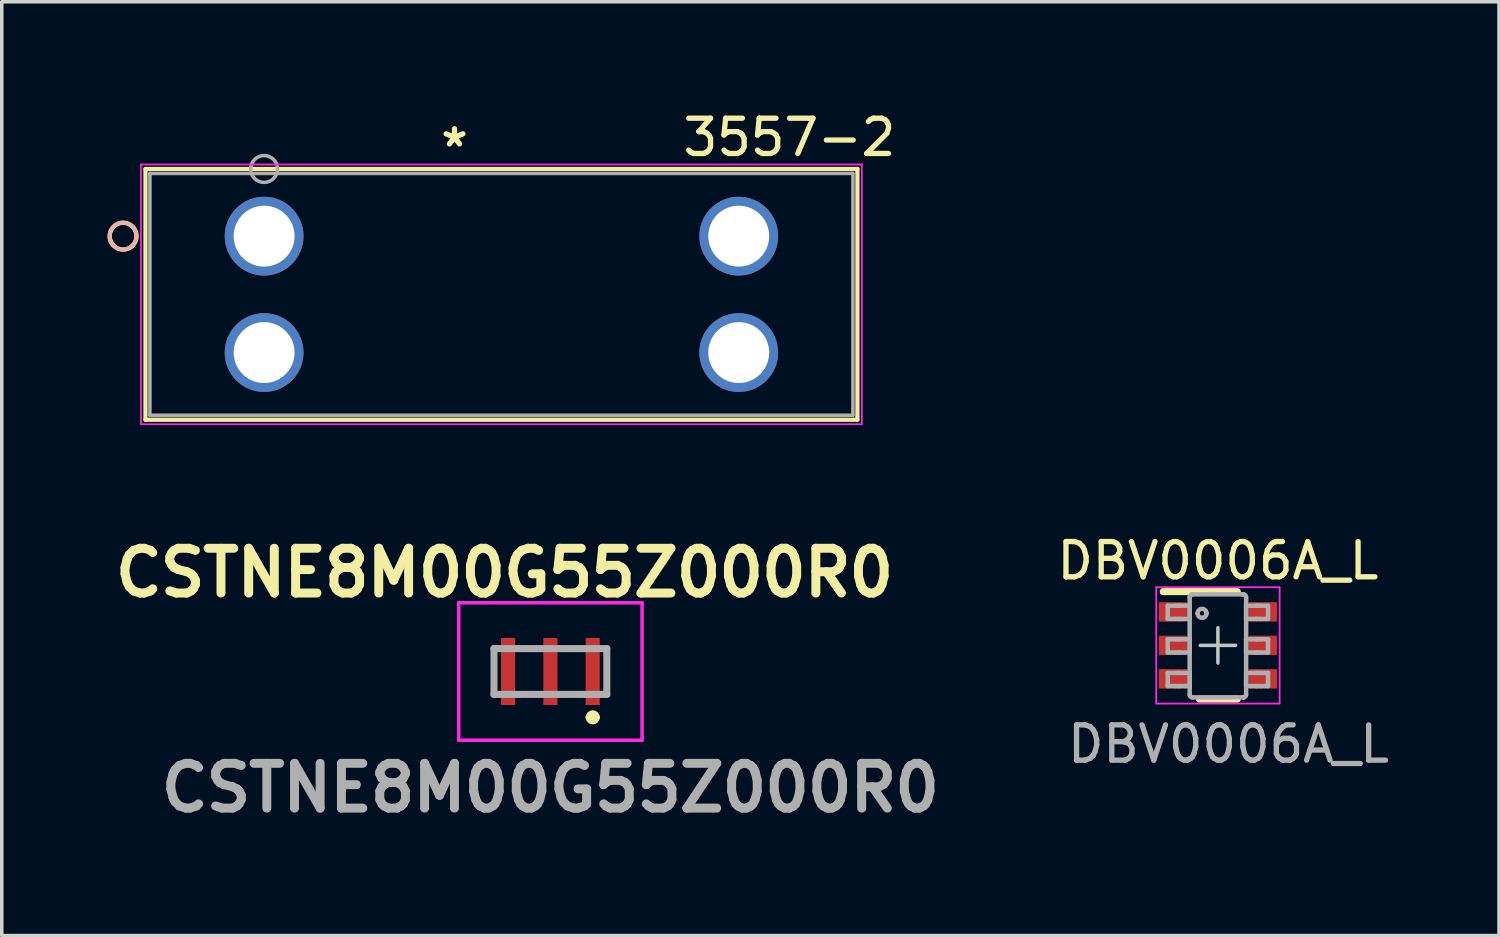
<source format=kicad_pcb>
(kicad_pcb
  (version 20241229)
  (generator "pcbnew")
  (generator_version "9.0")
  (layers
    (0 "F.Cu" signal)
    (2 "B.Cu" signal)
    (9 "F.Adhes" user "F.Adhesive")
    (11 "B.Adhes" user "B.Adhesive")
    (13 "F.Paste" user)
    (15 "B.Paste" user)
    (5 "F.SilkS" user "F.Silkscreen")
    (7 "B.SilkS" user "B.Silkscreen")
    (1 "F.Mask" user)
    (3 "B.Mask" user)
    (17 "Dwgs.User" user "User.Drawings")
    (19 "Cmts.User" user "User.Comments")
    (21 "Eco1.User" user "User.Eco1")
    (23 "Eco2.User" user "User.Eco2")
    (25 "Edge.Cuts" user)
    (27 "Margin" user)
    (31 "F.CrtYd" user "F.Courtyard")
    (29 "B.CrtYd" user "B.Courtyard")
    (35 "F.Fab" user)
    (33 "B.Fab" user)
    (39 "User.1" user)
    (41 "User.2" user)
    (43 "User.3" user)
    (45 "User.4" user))
  (footprint "3557-2"
    (layer "F.Cu")
    (at 4.441 3.648)
    (property "Reference" "3557-2" (at 14.9 -2.8 0) (layer "F.SilkS") (effects (font (size 1 1) (thickness 0.15))))
    (attr through_hole)
    (fp_line (start -3.365 -1.905) (end -3.365 5.207) (stroke (width 0.12) (type solid)) (layer "F.SilkS"))
    (fp_line (start -3.365 5.207) (end 16.828 5.207) (stroke (width 0.12) (type solid)) (layer "F.SilkS"))
    (fp_line (start 16.828 -1.905) (end -3.365 -1.905) (stroke (width 0.12) (type solid)) (layer "F.SilkS"))
    (fp_line (start 16.828 5.207) (end 16.828 -1.905) (stroke (width 0.12) (type solid)) (layer "F.SilkS"))
    (fp_circle (center -4 0) (end -3.619 0) (stroke (width 0.12) (type solid)) (fill no) (layer "F.SilkS"))
    (fp_circle (center -4 0) (end -3.619 0) (stroke (width 0.12) (type solid)) (fill no) (layer "B.SilkS"))
    (fp_line (start -3.493 -2.032) (end -3.493 5.334) (stroke (width 0.05) (type solid)) (layer "F.CrtYd"))
    (fp_line (start -3.493 5.334) (end 16.954 5.334) (stroke (width 0.05) (type solid)) (layer "F.CrtYd"))
    (fp_line (start 16.954 -2.032) (end -3.493 -2.032) (stroke (width 0.05) (type solid)) (layer "F.CrtYd"))
    (fp_line (start 16.954 5.334) (end 16.954 -2.032) (stroke (width 0.05) (type solid)) (layer "F.CrtYd"))
    (fp_line (start -3.239 -1.778) (end -3.239 5.08) (stroke (width 0.1) (type solid)) (layer "F.Fab"))
    (fp_line (start -3.239 5.08) (end 16.701 5.08) (stroke (width 0.1) (type solid)) (layer "F.Fab"))
    (fp_line (start 16.701 -1.778) (end -3.239 -1.778) (stroke (width 0.1) (type solid)) (layer "F.Fab"))
    (fp_line (start 16.701 5.08) (end 16.701 -1.778) (stroke (width 0.1) (type solid)) (layer "F.Fab"))
    (fp_circle (center 0 -1.905) (end 0.381 -1.905) (stroke (width 0.1) (type solid)) (fill no) (layer "F.Fab"))
    (fp_text user "*" (at 5.4 -2.5 0) (layer "F.SilkS") (effects (font (size 1 1) (thickness 0.15))))
    (fp_text user "*" (at 0 0 0) (layer "F.Fab") (effects (font (size 1 1) (thickness 0.15))))
    (pad "1" thru_hole circle (at 0 0) (size 2.235 2.235) (drill 1.727) (layers "*.Cu" "*.Mask"))
    (pad "2" thru_hole circle (at 0 3.302) (size 2.235 2.235) (drill 1.727) (layers "*.Cu" "*.Mask"))
    (pad "3" thru_hole circle (at 13.462 0) (size 2.235 2.235) (drill 1.727) (layers "*.Cu" "*.Mask"))
    (pad "4" thru_hole circle (at 13.462 3.302) (size 2.235 2.235) (drill 1.727) (layers "*.Cu" "*.Mask")))
  (footprint "DBV0006A_L"
    (layer "F.Cu")
    (at 31.494 15.255)
    (property "Reference" "DBV0006A_L" (at 0 -2.4 0) (unlocked yes) (layer "F.SilkS") (effects (font (size 1 1) (thickness 0.15))))
    (attr smd)
    (fp_line (start -1.55 -1.525) (end 0.55 -1.525) (stroke (width 0.2) (type solid)) (layer "F.SilkS"))
    (fp_line (start -0.525 1.525) (end 0.55 1.525) (stroke (width 0.2) (type solid)) (layer "F.SilkS"))
    (fp_line (start -0.5 0) (end 0.5 0) (stroke (width 0.1) (type solid)) (layer "Dwgs.User"))
    (fp_line (start 0 0.5) (end 0 -0.5) (stroke (width 0.1) (type solid)) (layer "Dwgs.User"))
    (fp_line (start -1.75 -1.65) (end 1.75 -1.65) (stroke (width 0.05) (type solid)) (layer "F.CrtYd"))
    (fp_line (start -1.75 1.65) (end -1.75 -1.65) (stroke (width 0.05) (type solid)) (layer "F.CrtYd"))
    (fp_line (start -1.75 1.65) (end 1.75 1.65) (stroke (width 0.05) (type solid)) (layer "F.CrtYd"))
    (fp_line (start 1.75 1.65) (end 1.75 -1.65) (stroke (width 0.05) (type solid)) (layer "F.CrtYd"))
    (fp_line (start -1.423 -1.125) (end -1.206 -1.125) (stroke (width 0.127) (type solid)) (layer "F.Fab"))
    (fp_line (start -1.423 -0.751) (end -1.423 -1.125) (stroke (width 0.127) (type solid)) (layer "F.Fab"))
    (fp_line (start -1.423 -0.751) (end -1.206 -0.751) (stroke (width 0.127) (type solid)) (layer "F.Fab"))
    (fp_line (start -1.423 -0.173) (end -1.206 -0.173) (stroke (width 0.127) (type solid)) (layer "F.Fab"))
    (fp_line (start -1.423 0.202) (end -1.423 -0.173) (stroke (width 0.127) (type solid)) (layer "F.Fab"))
    (fp_line (start -1.423 0.202) (end -1.206 0.202) (stroke (width 0.127) (type solid)) (layer "F.Fab"))
    (fp_line (start -1.423 0.78) (end -1.206 0.78) (stroke (width 0.127) (type solid)) (layer "F.Fab"))
    (fp_line (start -1.423 1.154) (end -1.423 0.78) (stroke (width 0.127) (type solid)) (layer "F.Fab"))
    (fp_line (start -1.423 1.154) (end -1.206 1.154) (stroke (width 0.127) (type solid)) (layer "F.Fab"))
    (fp_line (start -1.206 -1.125) (end -1.113 -1.125) (stroke (width 0.127) (type solid)) (layer "F.Fab"))
    (fp_line (start -1.206 -0.751) (end -1.113 -0.751) (stroke (width 0.127) (type solid)) (layer "F.Fab"))
    (fp_line (start -1.206 -0.173) (end -1.113 -0.173) (stroke (width 0.127) (type solid)) (layer "F.Fab"))
    (fp_line (start -1.206 0.202) (end -1.113 0.202) (stroke (width 0.127) (type solid)) (layer "F.Fab"))
    (fp_line (start -1.206 0.78) (end -1.113 0.78) (stroke (width 0.127) (type solid)) (layer "F.Fab"))
    (fp_line (start -1.206 1.154) (end -1.113 1.154) (stroke (width 0.127) (type solid)) (layer "F.Fab"))
    (fp_line (start -1.113 -1.125) (end -1.081 -1.125) (stroke (width 0.127) (type solid)) (layer "F.Fab"))
    (fp_line (start -1.113 -0.751) (end -1.081 -0.751) (stroke (width 0.127) (type solid)) (layer "F.Fab"))
    (fp_line (start -1.113 -0.173) (end -1.081 -0.173) (stroke (width 0.127) (type solid)) (layer "F.Fab"))
    (fp_line (start -1.113 0.202) (end -1.081 0.202) (stroke (width 0.127) (type solid)) (layer "F.Fab"))
    (fp_line (start -1.113 0.78) (end -1.081 0.78) (stroke (width 0.127) (type solid)) (layer "F.Fab"))
    (fp_line (start -1.113 1.154) (end -1.081 1.154) (stroke (width 0.127) (type solid)) (layer "F.Fab"))
    (fp_line (start -1.081 -1.125) (end -0.828 -1.125) (stroke (width 0.127) (type solid)) (layer "F.Fab"))
    (fp_line (start -1.081 -0.751) (end -0.828 -0.751) (stroke (width 0.127) (type solid)) (layer "F.Fab"))
    (fp_line (start -1.081 -0.173) (end -0.828 -0.173) (stroke (width 0.127) (type solid)) (layer "F.Fab"))
    (fp_line (start -1.081 0.202) (end -0.828 0.202) (stroke (width 0.127) (type solid)) (layer "F.Fab"))
    (fp_line (start -1.081 0.78) (end -0.828 0.78) (stroke (width 0.127) (type solid)) (layer "F.Fab"))
    (fp_line (start -1.081 1.154) (end -0.828 1.154) (stroke (width 0.127) (type solid)) (layer "F.Fab"))
    (fp_line (start -0.828 -1.125) (end -0.801 -1.125) (stroke (width 0.127) (type solid)) (layer "F.Fab"))
    (fp_line (start -0.828 -0.751) (end -0.801 -0.751) (stroke (width 0.127) (type solid)) (layer "F.Fab"))
    (fp_line (start -0.828 -0.173) (end -0.801 -0.173) (stroke (width 0.127) (type solid)) (layer "F.Fab"))
    (fp_line (start -0.828 0.202) (end -0.801 0.202) (stroke (width 0.127) (type solid)) (layer "F.Fab"))
    (fp_line (start -0.828 0.78) (end -0.801 0.78) (stroke (width 0.127) (type solid)) (layer "F.Fab"))
    (fp_line (start -0.828 1.154) (end -0.801 1.154) (stroke (width 0.127) (type solid)) (layer "F.Fab"))
    (fp_line (start -0.801 -0.751) (end -0.801 -1.125) (stroke (width 0.127) (type solid)) (layer "F.Fab"))
    (fp_line (start -0.801 0.202) (end -0.801 -0.173) (stroke (width 0.127) (type solid)) (layer "F.Fab"))
    (fp_line (start -0.801 1.154) (end -0.801 0.78) (stroke (width 0.127) (type solid)) (layer "F.Fab"))
    (fp_line (start -0.801 1.399) (end -0.801 -1.37) (stroke (width 0.127) (type solid)) (layer "F.Fab"))
    (fp_line (start -0.725 -1.446) (end -0.724 -1.446) (stroke (width 0.127) (type solid)) (layer "F.Fab"))
    (fp_line (start -0.725 1.475) (end -0.724 1.475) (stroke (width 0.127) (type solid)) (layer "F.Fab"))
    (fp_line (start -0.724 -1.446) (end 0.723 -1.446) (stroke (width 0.127) (type solid)) (layer "F.Fab"))
    (fp_line (start -0.724 1.475) (end 0.723 1.475) (stroke (width 0.127) (type solid)) (layer "F.Fab"))
    (fp_line (start 0.723 -1.446) (end 0.724 -1.446) (stroke (width 0.127) (type solid)) (layer "F.Fab"))
    (fp_line (start 0.723 1.475) (end 0.724 1.475) (stroke (width 0.127) (type solid)) (layer "F.Fab"))
    (fp_line (start 0.8 -1.125) (end 0.827 -1.125) (stroke (width 0.127) (type solid)) (layer "F.Fab"))
    (fp_line (start 0.8 -0.751) (end 0.8 -1.125) (stroke (width 0.127) (type solid)) (layer "F.Fab"))
    (fp_line (start 0.8 -0.751) (end 0.827 -0.751) (stroke (width 0.127) (type solid)) (layer "F.Fab"))
    (fp_line (start 0.8 -0.173) (end 0.827 -0.173) (stroke (width 0.127) (type solid)) (layer "F.Fab"))
    (fp_line (start 0.8 0.202) (end 0.8 -0.173) (stroke (width 0.127) (type solid)) (layer "F.Fab"))
    (fp_line (start 0.8 0.202) (end 0.827 0.202) (stroke (width 0.127) (type solid)) (layer "F.Fab"))
    (fp_line (start 0.8 0.78) (end 0.827 0.78) (stroke (width 0.127) (type solid)) (layer "F.Fab"))
    (fp_line (start 0.8 1.154) (end 0.8 0.78) (stroke (width 0.127) (type solid)) (layer "F.Fab"))
    (fp_line (start 0.8 1.154) (end 0.827 1.154) (stroke (width 0.127) (type solid)) (layer "F.Fab"))
    (fp_line (start 0.8 1.399) (end 0.8 -1.37) (stroke (width 0.127) (type solid)) (layer "F.Fab"))
    (fp_line (start 0.827 -1.125) (end 1.08 -1.125) (stroke (width 0.127) (type solid)) (layer "F.Fab"))
    (fp_line (start 0.827 -0.751) (end 1.08 -0.751) (stroke (width 0.127) (type solid)) (layer "F.Fab"))
    (fp_line (start 0.827 -0.173) (end 1.08 -0.173) (stroke (width 0.127) (type solid)) (layer "F.Fab"))
    (fp_line (start 0.827 0.202) (end 1.08 0.202) (stroke (width 0.127) (type solid)) (layer "F.Fab"))
    (fp_line (start 0.827 0.78) (end 1.08 0.78) (stroke (width 0.127) (type solid)) (layer "F.Fab"))
    (fp_line (start 0.827 1.154) (end 1.08 1.154) (stroke (width 0.127) (type solid)) (layer "F.Fab"))
    (fp_line (start 1.08 -1.125) (end 1.112 -1.125) (stroke (width 0.127) (type solid)) (layer "F.Fab"))
    (fp_line (start 1.08 -0.751) (end 1.112 -0.751) (stroke (width 0.127) (type solid)) (layer "F.Fab"))
    (fp_line (start 1.08 -0.173) (end 1.112 -0.173) (stroke (width 0.127) (type solid)) (layer "F.Fab"))
    (fp_line (start 1.08 0.202) (end 1.112 0.202) (stroke (width 0.127) (type solid)) (layer "F.Fab"))
    (fp_line (start 1.08 0.78) (end 1.112 0.78) (stroke (width 0.127) (type solid)) (layer "F.Fab"))
    (fp_line (start 1.08 1.154) (end 1.112 1.154) (stroke (width 0.127) (type solid)) (layer "F.Fab"))
    (fp_line (start 1.112 -1.125) (end 1.205 -1.125) (stroke (width 0.127) (type solid)) (layer "F.Fab"))
    (fp_line (start 1.112 -0.751) (end 1.205 -0.751) (stroke (width 0.127) (type solid)) (layer "F.Fab"))
    (fp_line (start 1.112 -0.173) (end 1.205 -0.173) (stroke (width 0.127) (type solid)) (layer "F.Fab"))
    (fp_line (start 1.112 0.202) (end 1.205 0.202) (stroke (width 0.127) (type solid)) (layer "F.Fab"))
    (fp_line (start 1.112 0.78) (end 1.205 0.78) (stroke (width 0.127) (type solid)) (layer "F.Fab"))
    (fp_line (start 1.112 1.154) (end 1.205 1.154) (stroke (width 0.127) (type solid)) (layer "F.Fab"))
    (fp_line (start 1.205 -1.125) (end 1.422 -1.125) (stroke (width 0.127) (type solid)) (layer "F.Fab"))
    (fp_line (start 1.205 -0.751) (end 1.422 -0.751) (stroke (width 0.127) (type solid)) (layer "F.Fab"))
    (fp_line (start 1.205 -0.173) (end 1.422 -0.173) (stroke (width 0.127) (type solid)) (layer "F.Fab"))
    (fp_line (start 1.205 0.202) (end 1.422 0.202) (stroke (width 0.127) (type solid)) (layer "F.Fab"))
    (fp_line (start 1.205 0.78) (end 1.422 0.78) (stroke (width 0.127) (type solid)) (layer "F.Fab"))
    (fp_line (start 1.205 1.154) (end 1.422 1.154) (stroke (width 0.127) (type solid)) (layer "F.Fab"))
    (fp_line (start 1.422 -0.751) (end 1.422 -1.125) (stroke (width 0.127) (type solid)) (layer "F.Fab"))
    (fp_line (start 1.422 0.202) (end 1.422 -0.173) (stroke (width 0.127) (type solid)) (layer "F.Fab"))
    (fp_line (start 1.422 1.154) (end 1.422 0.78) (stroke (width 0.127) (type solid)) (layer "F.Fab"))
    (fp_arc (start -0.800692 -1.369901) (mid -0.778512 -1.423533) (end -0.724999 -1.446) (stroke (width 0.127) (type solid)) (layer "F.Fab"))
    (fp_arc (start -0.724999 1.475002) (mid -0.778507 1.452548) (end -0.800692 1.398928) (stroke (width 0.127) (type solid)) (layer "F.Fab"))
    (fp_arc (start -0.576537 -0.906071) (mid -0.449562 -1.033046) (end -0.322588 -0.906071) (stroke (width 0.127) (type solid)) (layer "F.Fab"))
    (fp_arc (start -0.322588 -0.906071) (mid -0.449562 -0.779097) (end -0.576537 -0.906071) (stroke (width 0.127) (type solid)) (layer "F.Fab"))
    (fp_arc (start 0.723841 -1.446) (mid 0.777341 -1.423528) (end 0.799508 -1.369901) (stroke (width 0.127) (type solid)) (layer "F.Fab"))
    (fp_arc (start 0.799508 1.398928) (mid 0.777336 1.452543) (end 0.723841 1.475002) (stroke (width 0.127) (type solid)) (layer "F.Fab"))
    (fp_text user "${REFERENCE}" (at 0.3 2.8 0) (unlocked yes) (layer "F.Fab") (effects (font (size 1 1) (thickness 0.15))))
    (pad "1" smd rect (at -1.275 -0.95 90) (size 0.55 0.8) (layers "F.Cu" "F.Mask" "F.Paste"))
    (pad "2" smd rect (at -1.275 0 90) (size 0.55 0.8) (layers "F.Cu" "F.Mask" "F.Paste"))
    (pad "3" smd rect (at -1.275 0.95 90) (size 0.55 0.8) (layers "F.Cu" "F.Mask" "F.Paste"))
    (pad "4" smd rect (at 1.275 0.95 90) (size 0.55 0.8) (layers "F.Cu" "F.Mask" "F.Paste"))
    (pad "5" smd rect (at 1.275 0 90) (size 0.55 0.8) (layers "F.Cu" "F.Mask" "F.Paste"))
    (pad "6" smd rect (at 1.275 -0.95 90) (size 0.55 0.8) (layers "F.Cu" "F.Mask" "F.Paste")))
  (footprint "CSTNE8M00G55Z000R0"
    (layer "F.Cu")
    (at 12.561 15.996)
    (property "Reference" "CSTNE8M00G55Z000R0" (at -1.3 -2.8 0) (layer "F.SilkS") (effects (font (size 1.27 1.27) (thickness 0.254))))
    (attr smd)
    (fp_line (start -1.6 -0.65) (end -1.6 0.65) (stroke (width 0.1) (type solid)) (layer "F.SilkS"))
    (fp_line (start 1.1 1.3) (end 1.1 1.3) (stroke (width 0.2) (type solid)) (layer "F.SilkS"))
    (fp_line (start 1.3 1.3) (end 1.3 1.3) (stroke (width 0.2) (type solid)) (layer "F.SilkS"))
    (fp_line (start 1.6 -0.65) (end 1.6 0.65) (stroke (width 0.1) (type solid)) (layer "F.SilkS"))
    (fp_arc (start 1.1 1.3) (mid 1.2 1.2) (end 1.3 1.3) (stroke (width 0.2) (type solid)) (layer "F.SilkS"))
    (fp_arc (start 1.3 1.3) (mid 1.2 1.4) (end 1.1 1.3) (stroke (width 0.2) (type solid)) (layer "F.SilkS"))
    (fp_line (start -2.6 -1.95) (end -2.6 1.95) (stroke (width 0.1) (type solid)) (layer "F.CrtYd"))
    (fp_line (start -2.6 1.95) (end 2.6 1.95) (stroke (width 0.1) (type solid)) (layer "F.CrtYd"))
    (fp_line (start 2.6 -1.95) (end -2.6 -1.95) (stroke (width 0.1) (type solid)) (layer "F.CrtYd"))
    (fp_line (start 2.6 1.95) (end 2.6 -1.95) (stroke (width 0.1) (type solid)) (layer "F.CrtYd"))
    (fp_line (start -1.6 -0.65) (end -1.6 0.65) (stroke (width 0.2) (type solid)) (layer "F.Fab"))
    (fp_line (start -1.6 0.65) (end 1.6 0.65) (stroke (width 0.2) (type solid)) (layer "F.Fab"))
    (fp_line (start 1.6 -0.65) (end -1.6 -0.65) (stroke (width 0.2) (type solid)) (layer "F.Fab"))
    (fp_line (start 1.6 0.65) (end 1.6 -0.65) (stroke (width 0.2) (type solid)) (layer "F.Fab"))
    (fp_text user "${REFERENCE}" (at 0 3.3 0) (layer "F.Fab") (effects (font (size 1.27 1.27) (thickness 0.254))))
    (pad "1" smd rect (at 1.2 0) (size 0.4 1.9) (layers "F.Cu" "F.Mask" "F.Paste"))
    (pad "2" smd rect (at 0 0) (size 0.4 1.9) (layers "F.Cu" "F.Mask" "F.Paste"))
    (pad "3" smd rect (at -1.2 0) (size 0.4 1.9) (layers "F.Cu" "F.Mask" "F.Paste")))
  (gr_rect
    (start -3 -3)
    (end 39.467 23.485)
    (stroke (width 0.1) (type default))
    (fill no)
    (layer "Edge.Cuts")))
</source>
